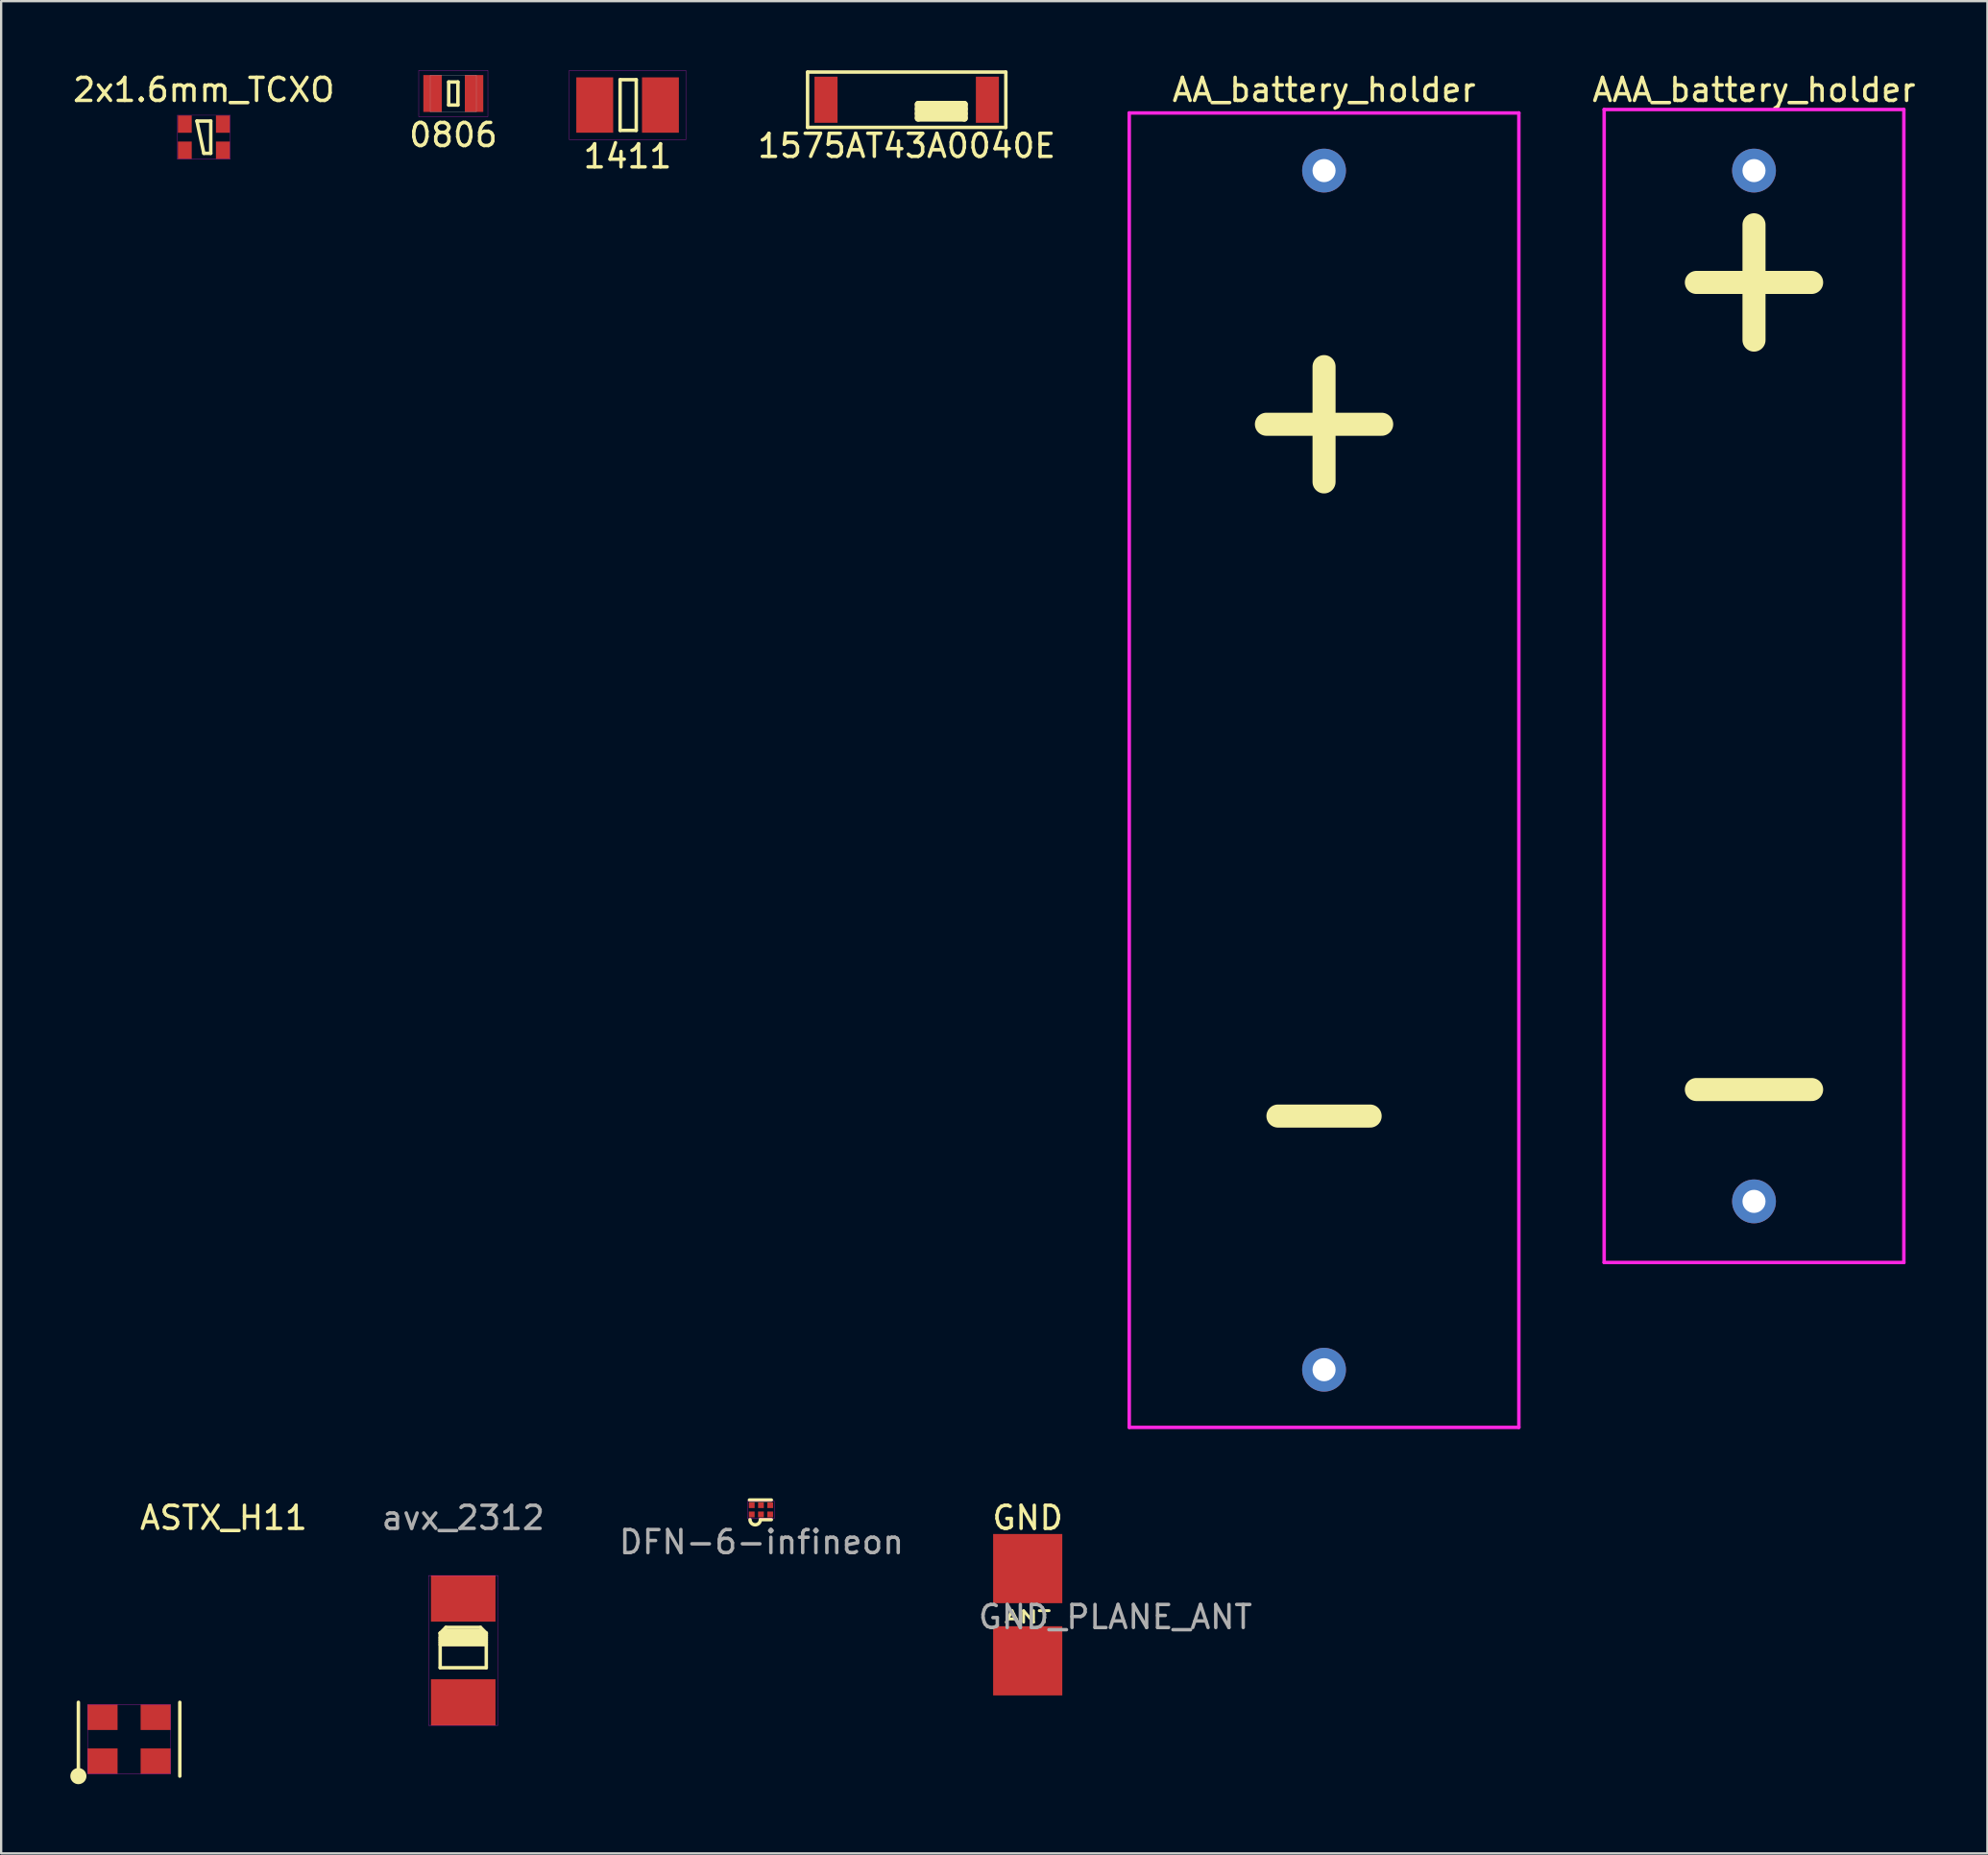
<source format=kicad_pcb>
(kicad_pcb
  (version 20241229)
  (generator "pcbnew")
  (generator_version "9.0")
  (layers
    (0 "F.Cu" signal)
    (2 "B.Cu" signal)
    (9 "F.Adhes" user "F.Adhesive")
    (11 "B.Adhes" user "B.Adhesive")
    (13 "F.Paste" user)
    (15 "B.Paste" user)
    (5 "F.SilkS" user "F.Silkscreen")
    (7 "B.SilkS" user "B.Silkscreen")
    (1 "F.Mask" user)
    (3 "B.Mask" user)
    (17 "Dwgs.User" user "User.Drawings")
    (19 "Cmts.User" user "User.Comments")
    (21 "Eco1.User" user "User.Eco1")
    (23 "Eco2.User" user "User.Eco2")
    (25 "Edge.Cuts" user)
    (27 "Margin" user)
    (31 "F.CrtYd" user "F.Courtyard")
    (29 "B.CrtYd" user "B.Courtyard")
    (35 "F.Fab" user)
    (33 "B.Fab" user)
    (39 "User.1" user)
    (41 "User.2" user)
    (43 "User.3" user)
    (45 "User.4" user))
  (footprint "DFN-6-infineon"
    (layer "F.Cu")
    (at 29.958 62.423)
    (property "Reference" "DFN-6-infineon" (at 0.025 1.4 0) (layer "F.Fab") (effects (font (size 1 1) (thickness 0.15))))
    (attr through_hole)
    (fp_line (start -0.5 -0.425) (end 0.45 -0.425) (stroke (width 0.15) (type solid)) (layer "F.SilkS"))
    (fp_line (start -0.025 0.425) (end 0.45 0.425) (stroke (width 0.15) (type solid)) (layer "F.SilkS"))
    (fp_arc (start -0.025 0.425) (mid -0.25 0.65) (end -0.475 0.425) (stroke (width 0.15) (type solid)) (layer "F.SilkS"))
    (fp_line (start -0.575 -0.375) (end -0.575 0.375) (stroke (width 0.01) (type solid)) (layer "F.CrtYd"))
    (fp_line (start -0.575 0.375) (end 0.575 0.375) (stroke (width 0.01) (type solid)) (layer "F.CrtYd"))
    (fp_line (start 0.575 -0.375) (end -0.575 -0.375) (stroke (width 0.01) (type solid)) (layer "F.CrtYd"))
    (fp_line (start 0.575 0.375) (end 0.575 -0.375) (stroke (width 0.01) (type solid)) (layer "F.CrtYd"))
    (pad "1" smd rect (at -0.4 0.2) (size 0.25 0.25) (layers "F.Cu" "F.Mask" "F.Paste"))
    (pad "2" smd rect (at 0 0.2) (size 0.25 0.25) (layers "F.Cu" "F.Mask" "F.Paste"))
    (pad "3" smd rect (at 0.4 0.2) (size 0.25 0.25) (layers "F.Cu" "F.Mask" "F.Paste"))
    (pad "4" smd rect (at 0.4 -0.2) (size 0.25 0.25) (layers "F.Cu" "F.Mask" "F.Paste"))
    (pad "5" smd rect (at 0 -0.2) (size 0.25 0.25) (layers "F.Cu" "F.Mask" "F.Paste"))
    (pad "6" smd rect (at -0.4 -0.2) (size 0.25 0.25) (layers "F.Cu" "F.Mask" "F.Paste")))
  (footprint "1575AT43A0040E"
    (layer "F.Cu")
    (at 36.28 1.275)
    (property "Reference" "1575AT43A0040E" (at 0 2 0) (layer "F.SilkS") (effects (font (size 1 1) (thickness 0.15))))
    (attr through_hole)
    (fp_line (start -4.3 -1.2) (end -4.3 1.2) (stroke (width 0.15) (type solid)) (layer "F.SilkS"))
    (fp_line (start -4.3 1.2) (end 4.3 1.2) (stroke (width 0.15) (type solid)) (layer "F.SilkS"))
    (fp_line (start 0.5 0.2) (end 0.5 0.8) (stroke (width 0.3) (type solid)) (layer "F.SilkS"))
    (fp_line (start 0.5 0.6) (end 2.5 0.6) (stroke (width 0.3) (type solid)) (layer "F.SilkS"))
    (fp_line (start 2.5 0.2) (end 0.5 0.2) (stroke (width 0.3) (type solid)) (layer "F.SilkS"))
    (fp_line (start 2.5 0.2) (end 2.5 0.8) (stroke (width 0.3) (type solid)) (layer "F.SilkS"))
    (fp_line (start 2.5 0.4) (end 0.5 0.4) (stroke (width 0.3) (type solid)) (layer "F.SilkS"))
    (fp_line (start 2.5 0.8) (end 0.5 0.8) (stroke (width 0.3) (type solid)) (layer "F.SilkS"))
    (fp_line (start 4.3 -1.2) (end -4.3 -1.2) (stroke (width 0.15) (type solid)) (layer "F.SilkS"))
    (fp_line (start 4.3 1.2) (end 4.3 -1.2) (stroke (width 0.15) (type solid)) (layer "F.SilkS"))
    (pad "1" smd rect (at -3.5 0) (size 1 2) (layers "F.Cu" "F.Mask" "F.Paste"))
    (pad "2" smd rect (at 3.5 0) (size 1 2) (layers "F.Cu" "F.Mask" "F.Paste")))
  (footprint "ASTX_H11"
    (layer "F.Cu")
    (at 2.55 72.371)
    (property "Reference" "ASTX_H11" (at 4.1 -9.6 0) (layer "F.SilkS") (effects (font (size 1 1) (thickness 0.15))))
    (attr through_hole)
    (fp_line (start -2.2 -1.6) (end -2.2 1.6) (stroke (width 0.15) (type solid)) (layer "F.SilkS"))
    (fp_line (start 2.2 -1.6) (end 2.2 1.6) (stroke (width 0.15) (type solid)) (layer "F.SilkS"))
    (fp_circle (center -2.2 1.6) (end -2.2 1.8) (stroke (width 0.3) (type solid)) (fill no) (layer "F.SilkS"))
    (fp_line (start -1.8 -1.5) (end 1.8 -1.5) (stroke (width 0.01) (type solid)) (layer "F.CrtYd"))
    (fp_line (start -1.8 1.5) (end -1.8 -1.5) (stroke (width 0.01) (type solid)) (layer "F.CrtYd"))
    (fp_line (start 1.8 -1.5) (end 1.8 1.5) (stroke (width 0.01) (type solid)) (layer "F.CrtYd"))
    (fp_line (start 1.8 1.5) (end -1.8 1.5) (stroke (width 0.01) (type solid)) (layer "F.CrtYd"))
    (pad "1" smd rect (at -1.15 0.95) (size 1.3 1.1) (layers "F.Cu" "F.Mask" "F.Paste"))
    (pad "2" smd rect (at 1.15 0.95) (size 1.3 1.1) (layers "F.Cu" "F.Mask" "F.Paste"))
    (pad "3" smd rect (at 1.15 -0.95) (size 1.3 1.1) (layers "F.Cu" "F.Mask" "F.Paste"))
    (pad "4" smd rect (at -1.15 -0.95) (size 1.3 1.1) (layers "F.Cu" "F.Mask" "F.Paste")))
  (footprint "GND_PLANE_ANT"
    (layer "F.Cu")
    (at 41.529 66.972)
    (property "Reference" "GND_PLANE_ANT" (at 3.8 0.1 0) (layer "F.Fab") (effects (font (size 1 1) (thickness 0.15))))
    (attr through_hole)
    (fp_text user "ANT" (at 0 0.1 0) (layer "F.SilkS") (effects (font (size 0.5 0.75) (thickness 0.125))))
    (fp_text user "GND" (at 0 -4.2 0) (layer "F.SilkS") (effects (font (size 1 1) (thickness 0.15))))
    (pad "1" smd rect (at 0 2) (size 3 3) (layers "F.Cu" "F.Mask" "F.Paste"))
    (pad "2" smd rect (at 0 -2) (size 3 3) (layers "F.Cu" "F.Mask" "F.Paste")))
  (footprint "2x1.6mm_TCXO"
    (layer "F.Cu")
    (at 5.792 2.898)
    (property "Reference" "2x1.6mm_TCXO" (at 0 -2.05 0) (layer "F.SilkS") (effects (font (size 1 1) (thickness 0.15))))
    (attr through_hole)
    (fp_line (start -0.3 -0.7) (end 0 0.7) (stroke (width 0.15) (type solid)) (layer "F.SilkS"))
    (fp_line (start 0 0.7) (end 0.3 0.7) (stroke (width 0.15) (type solid)) (layer "F.SilkS"))
    (fp_line (start 0.3 -0.7) (end -0.3 -0.7) (stroke (width 0.15) (type solid)) (layer "F.SilkS"))
    (fp_line (start 0.3 0.7) (end 0.3 -0.7) (stroke (width 0.15) (type solid)) (layer "F.SilkS"))
    (fp_line (start -1.15 -0.95) (end 1.15 -0.95) (stroke (width 0.01) (type solid)) (layer "F.CrtYd"))
    (fp_line (start -1.15 0.95) (end -1.15 -0.95) (stroke (width 0.01) (type solid)) (layer "F.CrtYd"))
    (fp_line (start 1.15 -0.95) (end 1.15 0.95) (stroke (width 0.01) (type solid)) (layer "F.CrtYd"))
    (fp_line (start 1.15 0.95) (end -1.15 0.95) (stroke (width 0.01) (type solid)) (layer "F.CrtYd"))
    (pad "1" smd rect (at -0.825 0.565) (size 0.6 0.75) (layers "F.Cu" "F.Mask" "F.Paste"))
    (pad "2" smd rect (at 0.825 0.565) (size 0.6 0.75) (layers "F.Cu" "F.Mask" "F.Paste"))
    (pad "3" smd rect (at 0.825 -0.565) (size 0.6 0.75) (layers "F.Cu" "F.Mask" "F.Paste"))
    (pad "4" smd rect (at -0.825 -0.565) (size 0.6 0.75) (layers "F.Cu" "F.Mask" "F.Paste")))
  (footprint "AA_battery_holder"
    (layer "F.Cu")
    (at 54.383 30.348)
    (property "Reference" "AA_battery_holder" (at 0 -29.5 0) (layer "F.SilkS") (effects (font (size 1 1) (thickness 0.15))))
    (attr through_hole)
    (fp_line (start -2.5 -15) (end 2.5 -15) (stroke (width 1) (type solid)) (layer "F.SilkS"))
    (fp_line (start -2 15) (end 2 15) (stroke (width 1) (type solid)) (layer "F.SilkS"))
    (fp_line (start 0 -17.5) (end 0 -12.5) (stroke (width 1) (type solid)) (layer "F.SilkS"))
    (fp_line (start -8.45 -28.5) (end -8.45 28.5) (stroke (width 0.15) (type solid)) (layer "F.CrtYd"))
    (fp_line (start -8.45 28.5) (end 8.45 28.5) (stroke (width 0.15) (type solid)) (layer "F.CrtYd"))
    (fp_line (start 8.45 -28.5) (end -8.45 -28.5) (stroke (width 0.15) (type solid)) (layer "F.CrtYd"))
    (fp_line (start 8.45 28.5) (end 8.45 -28.5) (stroke (width 0.15) (type solid)) (layer "F.CrtYd"))
    (pad "1" thru_hole circle (at 0 -26) (size 1.9 1.9) (drill 1) (layers "*.Cu" "*.Mask"))
    (pad "2" thru_hole circle (at 0 26) (size 1.9 1.9) (drill 1) (layers "*.Cu" "*.Mask")))
  (footprint "1411"
    (layer "F.Cu")
    (at 24.173 1.505)
    (property "Reference" "1411" (at 0 2.225 0) (layer "F.SilkS") (effects (font (size 1 1) (thickness 0.15))))
    (attr through_hole)
    (fp_line (start -0.325 -1.1) (end 0.375 -1.1) (stroke (width 0.15) (type solid)) (layer "F.SilkS"))
    (fp_line (start -0.325 1.1) (end -0.325 -1.1) (stroke (width 0.15) (type solid)) (layer "F.SilkS"))
    (fp_line (start 0.375 -1.1) (end 0.375 1.1) (stroke (width 0.15) (type solid)) (layer "F.SilkS"))
    (fp_line (start 0.375 1.1) (end -0.325 1.1) (stroke (width 0.15) (type solid)) (layer "F.SilkS"))
    (fp_line (start -2.525 -1.5) (end -2.525 1.5) (stroke (width 0.01) (type solid)) (layer "F.CrtYd"))
    (fp_line (start -2.525 1.5) (end 2.525 1.5) (stroke (width 0.01) (type solid)) (layer "F.CrtYd"))
    (fp_line (start 2.525 -1.5) (end -2.525 -1.5) (stroke (width 0.01) (type solid)) (layer "F.CrtYd"))
    (fp_line (start 2.525 1.5) (end 2.525 -1.5) (stroke (width 0.01) (type solid)) (layer "F.CrtYd"))
    (pad "1" smd rect (at -1.425 0) (size 1.6 2.4) (layers "F.Cu" "F.Mask" "F.Paste"))
    (pad "2" smd rect (at 1.425 0) (size 1.6 2.4) (layers "F.Cu" "F.Mask" "F.Paste")))
  (footprint "AAA_battery_holder"
    (layer "F.Cu")
    (at 73.033 26.698)
    (property "Reference" "AAA_battery_holder" (at 0 -25.85 0) (layer "F.SilkS") (effects (font (size 1 1) (thickness 0.15))))
    (attr through_hole)
    (fp_line (start -2.5 -17.5) (end 2.5 -17.5) (stroke (width 1) (type solid)) (layer "F.SilkS"))
    (fp_line (start -2.5 17.5) (end 2.5 17.5) (stroke (width 1) (type solid)) (layer "F.SilkS"))
    (fp_line (start 0 -20) (end 0 -15) (stroke (width 1) (type solid)) (layer "F.SilkS"))
    (fp_line (start -6.5 -25) (end -6.5 25) (stroke (width 0.15) (type solid)) (layer "F.CrtYd"))
    (fp_line (start -6.5 25) (end 6.5 25) (stroke (width 0.15) (type solid)) (layer "F.CrtYd"))
    (fp_line (start 6.5 -25) (end -6.5 -25) (stroke (width 0.15) (type solid)) (layer "F.CrtYd"))
    (fp_line (start 6.5 25) (end 6.5 -25) (stroke (width 0.15) (type solid)) (layer "F.CrtYd"))
    (pad "1" thru_hole circle (at 0 -22.35) (size 1.9 1.9) (drill 1) (layers "*.Cu" "*.Mask"))
    (pad "2" thru_hole circle (at 0 22.35) (size 1.9 1.9) (drill 1) (layers "*.Cu" "*.Mask")))
  (footprint "0806"
    (layer "F.Cu")
    (at 16.613 1.005)
    (property "Reference" "0806" (at 0 1.8 0) (layer "F.SilkS") (effects (font (size 1 1) (thickness 0.15))))
    (attr through_hole)
    (fp_line (start -0.2 -0.5) (end -0.2 0.5) (stroke (width 0.15) (type solid)) (layer "F.SilkS"))
    (fp_line (start -0.2 0.5) (end 0.2 0.5) (stroke (width 0.15) (type solid)) (layer "F.SilkS"))
    (fp_line (start 0.2 -0.5) (end -0.2 -0.5) (stroke (width 0.15) (type solid)) (layer "F.SilkS"))
    (fp_line (start 0.2 0.5) (end 0.2 -0.5) (stroke (width 0.15) (type solid)) (layer "F.SilkS"))
    (fp_line (start -1.5 -1) (end -1.5 0.9) (stroke (width 0.01) (type solid)) (layer "F.CrtYd"))
    (fp_line (start -1.5 0.9) (end -1.5 1) (stroke (width 0.01) (type solid)) (layer "F.CrtYd"))
    (fp_line (start -1.5 1) (end 1.5 1) (stroke (width 0.01) (type solid)) (layer "F.CrtYd"))
    (fp_line (start 1.5 -1) (end -1.5 -1) (stroke (width 0.01) (type solid)) (layer "F.CrtYd"))
    (fp_line (start 1.5 1) (end 1.5 -1) (stroke (width 0.01) (type solid)) (layer "F.CrtYd"))
    (fp_line (start -1 -0.8) (end -1 0.8) (stroke (width 0.01) (type solid)) (layer "F.Fab"))
    (fp_line (start -1 0.8) (end 1 0.8) (stroke (width 0.01) (type solid)) (layer "F.Fab"))
    (fp_line (start 1 -0.8) (end -1 -0.8) (stroke (width 0.01) (type solid)) (layer "F.Fab"))
    (fp_line (start 1 0) (end 1 -0.8) (stroke (width 0.01) (type solid)) (layer "F.Fab"))
    (fp_line (start 1 0.8) (end 1 0) (stroke (width 0.01) (type solid)) (layer "F.Fab"))
    (pad "1" smd rect (at -0.9 0) (size 0.8 1.6) (layers "F.Cu" "F.Mask" "F.Paste"))
    (pad "2" smd rect (at 0.9 0) (size 0.8 1.6) (layers "F.Cu" "F.Mask" "F.Paste")))
  (footprint "avx_2312"
    (layer "F.Cu")
    (at 17.043 66.272)
    (property "Reference" "avx_2312" (at 0 -3.5 0) (layer "F.Fab") (effects (font (size 1 1) (thickness 0.15))))
    (attr through_hole)
    (fp_line (start -1 1.5) (end -1 3) (stroke (width 0.15) (type solid)) (layer "F.SilkS"))
    (fp_line (start -1 1.5) (end -0.75 1.25) (stroke (width 0.15) (type solid)) (layer "F.SilkS"))
    (fp_line (start -1 1.7) (end 1 1.7) (stroke (width 0.15) (type solid)) (layer "F.SilkS"))
    (fp_line (start -1 1.8) (end 1 1.8) (stroke (width 0.15) (type solid)) (layer "F.SilkS"))
    (fp_line (start -1 1.9) (end 1 1.9) (stroke (width 0.15) (type solid)) (layer "F.SilkS"))
    (fp_line (start -1 2) (end 1 2) (stroke (width 0.15) (type solid)) (layer "F.SilkS"))
    (fp_line (start -1 3) (end 1 3) (stroke (width 0.15) (type solid)) (layer "F.SilkS"))
    (fp_line (start -0.9 1.6) (end 0.9 1.6) (stroke (width 0.15) (type solid)) (layer "F.SilkS"))
    (fp_line (start -0.75 1.25) (end 0.75 1.25) (stroke (width 0.15) (type solid)) (layer "F.SilkS"))
    (fp_line (start 0.75 1.25) (end 1 1.5) (stroke (width 0.15) (type solid)) (layer "F.SilkS"))
    (fp_line (start 0.8 1.4) (end -0.8 1.4) (stroke (width 0.15) (type solid)) (layer "F.SilkS"))
    (fp_line (start 0.9 1.6) (end 1 1.6) (stroke (width 0.15) (type solid)) (layer "F.SilkS"))
    (fp_line (start 1 1.5) (end -1 1.5) (stroke (width 0.15) (type solid)) (layer "F.SilkS"))
    (fp_line (start 1 3) (end 1 1.5) (stroke (width 0.15) (type solid)) (layer "F.SilkS"))
    (fp_line (start -1.5 -1) (end -1.5 5.5) (stroke (width 0.01) (type solid)) (layer "F.CrtYd"))
    (fp_line (start -1.5 5.5) (end 1.5 5.5) (stroke (width 0.01) (type solid)) (layer "F.CrtYd"))
    (fp_line (start 1.5 -1) (end -1.5 -1) (stroke (width 0.01) (type solid)) (layer "F.CrtYd"))
    (fp_line (start 1.5 5.5) (end 1.5 -1) (stroke (width 0.01) (type solid)) (layer "F.CrtYd"))
    (pad "1" smd rect (at 0 4.5) (size 2.8 2) (layers "F.Cu" "F.Mask" "F.Paste"))
    (pad "2" smd rect (at 0 0) (size 2.8 2) (layers "F.Cu" "F.Mask" "F.Paste")))
  (gr_rect
    (start -3 -3)
    (end 83.158 77.322)
    (stroke (width 0.1) (type default))
    (fill no)
    (layer "Edge.Cuts")))
</source>
